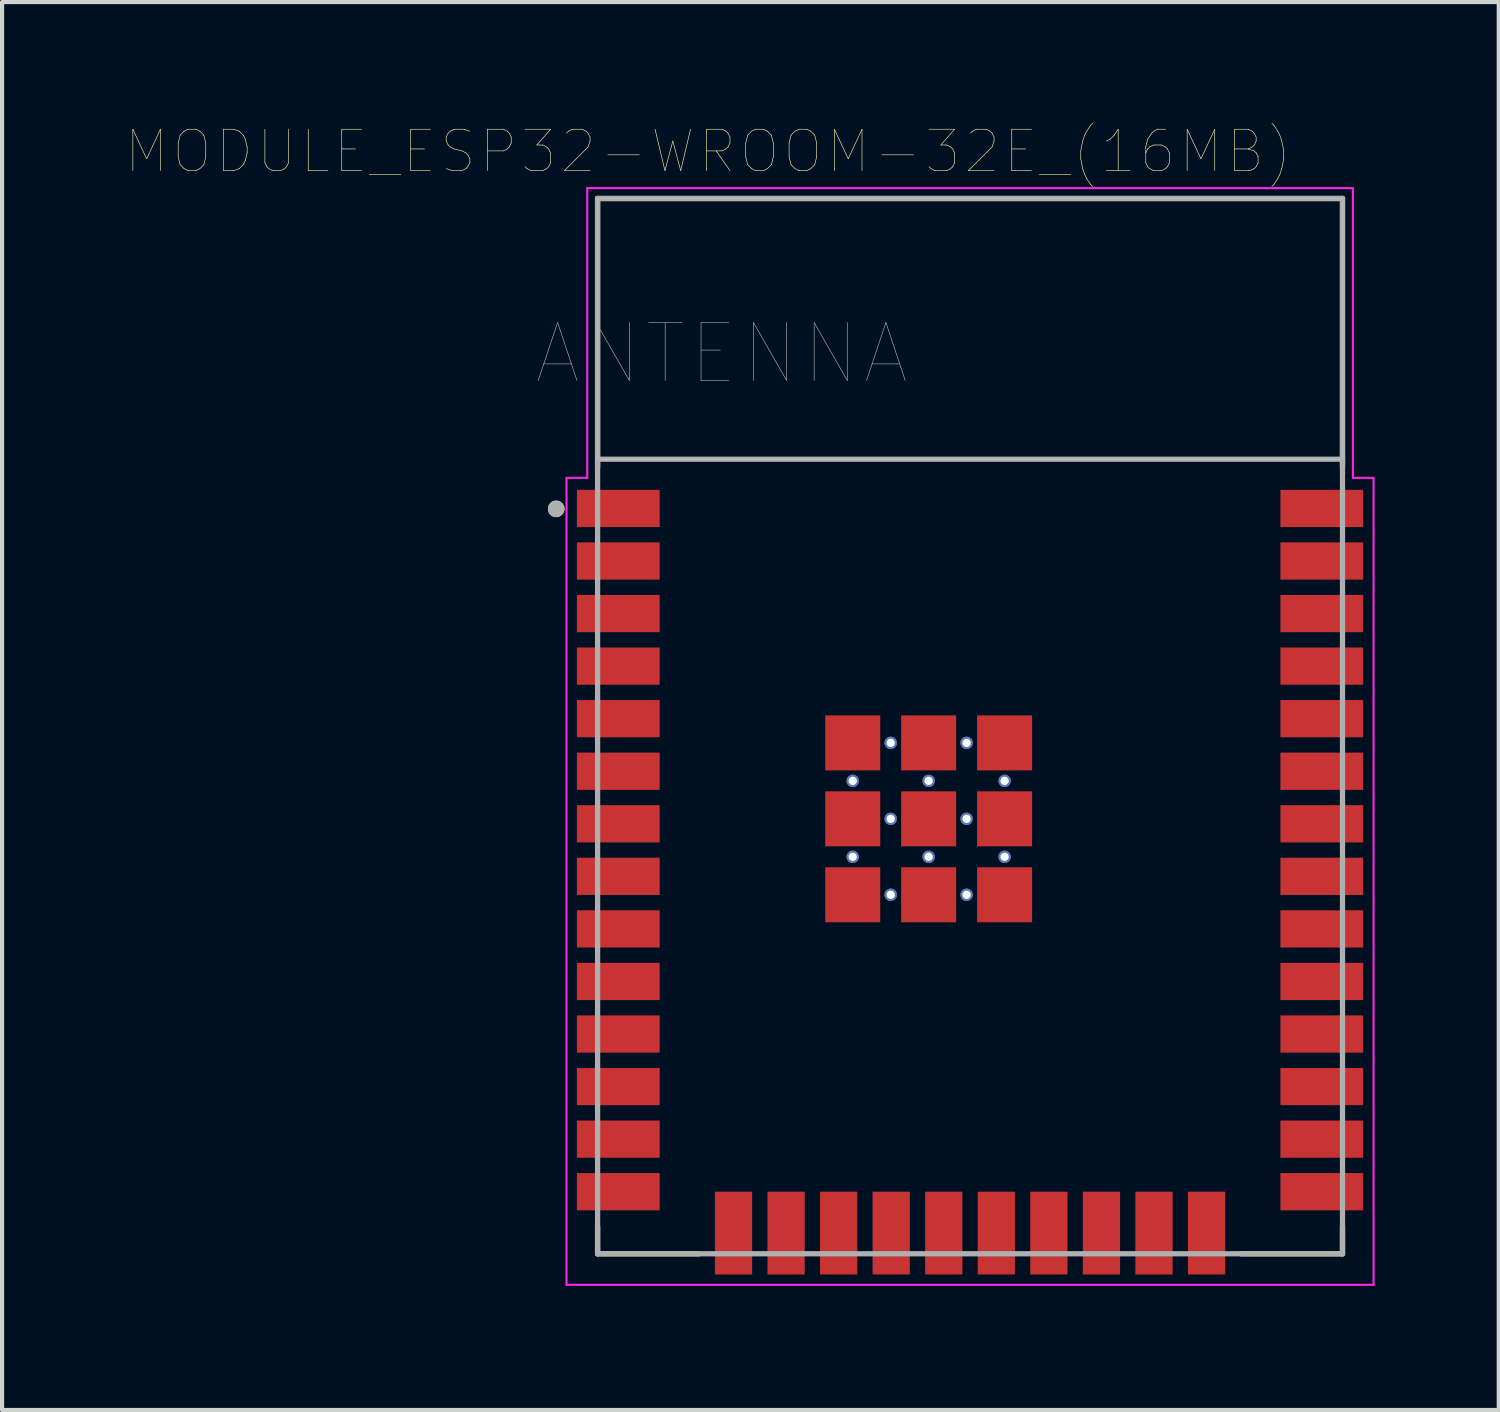
<source format=kicad_pcb>
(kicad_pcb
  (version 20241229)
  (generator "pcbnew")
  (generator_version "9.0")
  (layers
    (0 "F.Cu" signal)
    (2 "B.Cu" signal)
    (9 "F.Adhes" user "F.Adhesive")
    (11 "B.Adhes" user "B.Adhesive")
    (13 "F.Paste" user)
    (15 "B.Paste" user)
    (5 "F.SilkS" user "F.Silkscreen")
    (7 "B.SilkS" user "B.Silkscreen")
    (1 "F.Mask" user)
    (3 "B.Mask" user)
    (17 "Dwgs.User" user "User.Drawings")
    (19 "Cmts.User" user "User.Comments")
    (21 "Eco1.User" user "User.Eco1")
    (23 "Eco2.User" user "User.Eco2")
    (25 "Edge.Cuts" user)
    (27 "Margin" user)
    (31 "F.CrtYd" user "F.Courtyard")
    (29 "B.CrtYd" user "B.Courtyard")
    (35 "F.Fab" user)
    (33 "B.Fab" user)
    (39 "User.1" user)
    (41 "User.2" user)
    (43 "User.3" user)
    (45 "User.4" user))
  (footprint "MODULE_ESP32-WROOM-32E_(16MB)"
    (layer "F.Cu")
    (at 20.39 14.496)
    (property "Reference" "MODULE_ESP32-WROOM-32E_(16MB)" (at -6.325 -13.885 0) (layer "F.SilkS") (effects (font (size 1 1) (thickness 0.015))))
    (attr through_hole)
    (fp_line (start -9 -12.75) (end 9 -12.75) (stroke (width 0.127) (type solid)) (layer "F.SilkS"))
    (fp_line (start -9 -6.25) (end -9 -12.75) (stroke (width 0.127) (type solid)) (layer "F.SilkS"))
    (fp_line (start -9 12.1) (end -9 12.75) (stroke (width 0.127) (type solid)) (layer "F.SilkS"))
    (fp_line (start -9 12.75) (end -6.55 12.75) (stroke (width 0.127) (type solid)) (layer "F.SilkS"))
    (fp_line (start 6.55 12.75) (end 9 12.75) (stroke (width 0.127) (type solid)) (layer "F.SilkS"))
    (fp_line (start 9 -12.75) (end 9 -6.25) (stroke (width 0.127) (type solid)) (layer "F.SilkS"))
    (fp_line (start 9 12.75) (end 9 12.1) (stroke (width 0.127) (type solid)) (layer "F.SilkS"))
    (fp_circle (center -10 -5.25) (end -9.9 -5.25) (stroke (width 0.2) (type solid)) (fill no) (layer "F.SilkS"))
    (fp_poly (pts (xy -9 -12.75) (xy 9 -12.75) (xy 9 -6.45) (xy -9 -6.45)) (stroke (width 0.01) (type solid)) (fill no) (layer "Dwgs.User"))
    (fp_poly (pts (xy -9 -12.75) (xy 9 -12.75) (xy 9 -6.45) (xy -9 -6.45)) (stroke (width 0.01) (type solid)) (fill no) (layer "Dwgs.User"))
    (fp_line (start -9.75 -6) (end -9.25 -6) (stroke (width 0.05) (type solid)) (layer "F.CrtYd"))
    (fp_line (start -9.75 13.5) (end -9.75 -6) (stroke (width 0.05) (type solid)) (layer "F.CrtYd"))
    (fp_line (start -9.25 -13) (end 9.25 -13) (stroke (width 0.05) (type solid)) (layer "F.CrtYd"))
    (fp_line (start -9.25 -6) (end -9.25 -13) (stroke (width 0.05) (type solid)) (layer "F.CrtYd"))
    (fp_line (start 9.25 -13) (end 9.25 -6) (stroke (width 0.05) (type solid)) (layer "F.CrtYd"))
    (fp_line (start 9.25 -6) (end 9.75 -6) (stroke (width 0.05) (type solid)) (layer "F.CrtYd"))
    (fp_line (start 9.75 -6) (end 9.75 13.5) (stroke (width 0.05) (type solid)) (layer "F.CrtYd"))
    (fp_line (start 9.75 13.5) (end -9.75 13.5) (stroke (width 0.05) (type solid)) (layer "F.CrtYd"))
    (fp_line (start -9 -12.75) (end -9 -6.45) (stroke (width 0.127) (type solid)) (layer "F.Fab"))
    (fp_line (start -9 -12.75) (end 9 -12.75) (stroke (width 0.127) (type solid)) (layer "F.Fab"))
    (fp_line (start -9 -6.45) (end 9 -6.45) (stroke (width 0.127) (type solid)) (layer "F.Fab"))
    (fp_line (start -9 12.75) (end -9 -6.45) (stroke (width 0.127) (type solid)) (layer "F.Fab"))
    (fp_line (start 9 -12.75) (end 9 -6.45) (stroke (width 0.127) (type solid)) (layer "F.Fab"))
    (fp_line (start 9 -6.45) (end 9 12.75) (stroke (width 0.127) (type solid)) (layer "F.Fab"))
    (fp_line (start 9 12.75) (end -9 12.75) (stroke (width 0.127) (type solid)) (layer "F.Fab"))
    (fp_circle (center -10 -5.25) (end -9.9 -5.25) (stroke (width 0.2) (type solid)) (fill no) (layer "F.Fab"))
    (fp_text user "ANTENNA" (at -6 -9 0) (layer "F.Fab") (effects (font (size 1.4 1.4) (thickness 0.015))))
    (pad "1" smd rect (at -8.5 -5.26) (size 2 0.9) (layers "F.Cu" "F.Mask" "F.Paste"))
    (pad "2" smd rect (at -8.5 -3.99) (size 2 0.9) (layers "F.Cu" "F.Mask" "F.Paste"))
    (pad "3" smd rect (at -8.5 -2.72) (size 2 0.9) (layers "F.Cu" "F.Mask" "F.Paste"))
    (pad "4" smd rect (at -8.5 -1.45) (size 2 0.9) (layers "F.Cu" "F.Mask" "F.Paste"))
    (pad "5" smd rect (at -8.5 -0.18) (size 2 0.9) (layers "F.Cu" "F.Mask" "F.Paste"))
    (pad "6" smd rect (at -8.5 1.09) (size 2 0.9) (layers "F.Cu" "F.Mask" "F.Paste"))
    (pad "7" smd rect (at -8.5 2.36) (size 2 0.9) (layers "F.Cu" "F.Mask" "F.Paste"))
    (pad "8" smd rect (at -8.5 3.63) (size 2 0.9) (layers "F.Cu" "F.Mask" "F.Paste"))
    (pad "9" smd rect (at -8.5 4.9) (size 2 0.9) (layers "F.Cu" "F.Mask" "F.Paste"))
    (pad "10" smd rect (at -8.5 6.17) (size 2 0.9) (layers "F.Cu" "F.Mask" "F.Paste"))
    (pad "11" smd rect (at -8.5 7.44) (size 2 0.9) (layers "F.Cu" "F.Mask" "F.Paste"))
    (pad "12" smd rect (at -8.5 8.71) (size 2 0.9) (layers "F.Cu" "F.Mask" "F.Paste"))
    (pad "13" smd rect (at -8.5 9.98) (size 2 0.9) (layers "F.Cu" "F.Mask" "F.Paste"))
    (pad "14" smd rect (at -8.5 11.25) (size 2 0.9) (layers "F.Cu" "F.Mask" "F.Paste"))
    (pad "15" smd rect (at -5.715 12.25) (size 0.9 2) (layers "F.Cu" "F.Mask" "F.Paste"))
    (pad "16" smd rect (at -4.445 12.25) (size 0.9 2) (layers "F.Cu" "F.Mask" "F.Paste"))
    (pad "17" smd rect (at -3.175 12.25) (size 0.9 2) (layers "F.Cu" "F.Mask" "F.Paste"))
    (pad "18" smd rect (at -1.905 12.25) (size 0.9 2) (layers "F.Cu" "F.Mask" "F.Paste"))
    (pad "19" smd rect (at -0.635 12.25) (size 0.9 2) (layers "F.Cu" "F.Mask" "F.Paste"))
    (pad "20" smd rect (at 0.635 12.25) (size 0.9 2) (layers "F.Cu" "F.Mask" "F.Paste"))
    (pad "21" smd rect (at 1.905 12.25) (size 0.9 2) (layers "F.Cu" "F.Mask" "F.Paste"))
    (pad "22" smd rect (at 3.175 12.25) (size 0.9 2) (layers "F.Cu" "F.Mask" "F.Paste"))
    (pad "23" smd rect (at 4.445 12.25) (size 0.9 2) (layers "F.Cu" "F.Mask" "F.Paste"))
    (pad "24" smd rect (at 5.715 12.25) (size 0.9 2) (layers "F.Cu" "F.Mask" "F.Paste"))
    (pad "25" smd rect (at 8.5 11.25) (size 2 0.9) (layers "F.Cu" "F.Mask" "F.Paste"))
    (pad "26" smd rect (at 8.5 9.98) (size 2 0.9) (layers "F.Cu" "F.Mask" "F.Paste"))
    (pad "27" smd rect (at 8.5 8.71) (size 2 0.9) (layers "F.Cu" "F.Mask" "F.Paste"))
    (pad "28" smd rect (at 8.5 7.44) (size 2 0.9) (layers "F.Cu" "F.Mask" "F.Paste"))
    (pad "29" smd rect (at 8.5 6.17) (size 2 0.9) (layers "F.Cu" "F.Mask" "F.Paste"))
    (pad "30" smd rect (at 8.5 4.9) (size 2 0.9) (layers "F.Cu" "F.Mask" "F.Paste"))
    (pad "31" smd rect (at 8.5 3.63) (size 2 0.9) (layers "F.Cu" "F.Mask" "F.Paste"))
    (pad "32" smd rect (at 8.5 2.36) (size 2 0.9) (layers "F.Cu" "F.Mask" "F.Paste"))
    (pad "33" smd rect (at 8.5 1.09) (size 2 0.9) (layers "F.Cu" "F.Mask" "F.Paste"))
    (pad "34" smd rect (at 8.5 -0.18) (size 2 0.9) (layers "F.Cu" "F.Mask" "F.Paste"))
    (pad "35" smd rect (at 8.5 -1.45) (size 2 0.9) (layers "F.Cu" "F.Mask" "F.Paste"))
    (pad "36" smd rect (at 8.5 -2.72) (size 2 0.9) (layers "F.Cu" "F.Mask" "F.Paste"))
    (pad "37" smd rect (at 8.5 -3.99) (size 2 0.9) (layers "F.Cu" "F.Mask" "F.Paste"))
    (pad "38" smd rect (at 8.5 -5.26) (size 2 0.9) (layers "F.Cu" "F.Mask" "F.Paste"))
    (pad "39_1" smd rect (at -2.835 0.405) (size 1.33 1.33) (layers "F.Cu" "F.Mask" "F.Paste"))
    (pad "39_2" smd rect (at -1 0.405) (size 1.33 1.33) (layers "F.Cu" "F.Mask" "F.Paste"))
    (pad "39_3" smd rect (at 0.835 0.405) (size 1.33 1.33) (layers "F.Cu" "F.Mask" "F.Paste"))
    (pad "39_4" smd rect (at -2.835 2.24) (size 1.33 1.33) (layers "F.Cu" "F.Mask" "F.Paste"))
    (pad "39_5" smd rect (at -1 2.24) (size 1.33 1.33) (layers "F.Cu" "F.Mask" "F.Paste"))
    (pad "39_6" smd rect (at 0.835 2.24) (size 1.33 1.33) (layers "F.Cu" "F.Mask" "F.Paste"))
    (pad "39_7" smd rect (at -2.835 4.075) (size 1.33 1.33) (layers "F.Cu" "F.Mask" "F.Paste"))
    (pad "39_8" smd rect (at -1 4.075) (size 1.33 1.33) (layers "F.Cu" "F.Mask" "F.Paste"))
    (pad "39_9" smd rect (at 0.835 4.075) (size 1.33 1.33) (layers "F.Cu" "F.Mask" "F.Paste"))
    (pad "39_10" thru_hole circle (at -1.917 0.405) (size 0.3 0.3) (drill 0.2) (layers "*.Cu" "*.Mask"))
    (pad "39_11" thru_hole circle (at -0.083 0.405) (size 0.3 0.3) (drill 0.2) (layers "*.Cu" "*.Mask"))
    (pad "39_12" thru_hole circle (at -2.835 1.323) (size 0.3 0.3) (drill 0.2) (layers "*.Cu" "*.Mask"))
    (pad "39_13" thru_hole circle (at -1 1.323) (size 0.3 0.3) (drill 0.2) (layers "*.Cu" "*.Mask"))
    (pad "39_14" thru_hole circle (at 0.835 1.323) (size 0.3 0.3) (drill 0.2) (layers "*.Cu" "*.Mask"))
    (pad "39_15" thru_hole circle (at -1.917 2.24) (size 0.3 0.3) (drill 0.2) (layers "*.Cu" "*.Mask"))
    (pad "39_16" thru_hole circle (at -0.083 2.24) (size 0.3 0.3) (drill 0.2) (layers "*.Cu" "*.Mask"))
    (pad "39_17" thru_hole circle (at -2.835 3.158) (size 0.3 0.3) (drill 0.2) (layers "*.Cu" "*.Mask"))
    (pad "39_18" thru_hole circle (at -1 3.158) (size 0.3 0.3) (drill 0.2) (layers "*.Cu" "*.Mask"))
    (pad "39_19" thru_hole circle (at 0.835 3.158) (size 0.3 0.3) (drill 0.2) (layers "*.Cu" "*.Mask"))
    (pad "39_20" thru_hole circle (at -1.917 4.075) (size 0.3 0.3) (drill 0.2) (layers "*.Cu" "*.Mask"))
    (pad "39_21" thru_hole circle (at -0.083 4.075) (size 0.3 0.3) (drill 0.2) (layers "*.Cu" "*.Mask")))
  (gr_rect
    (start -3 -3)
    (end 33.165 31.021)
    (stroke (width 0.1) (type default))
    (fill no)
    (layer "Edge.Cuts")))
</source>
